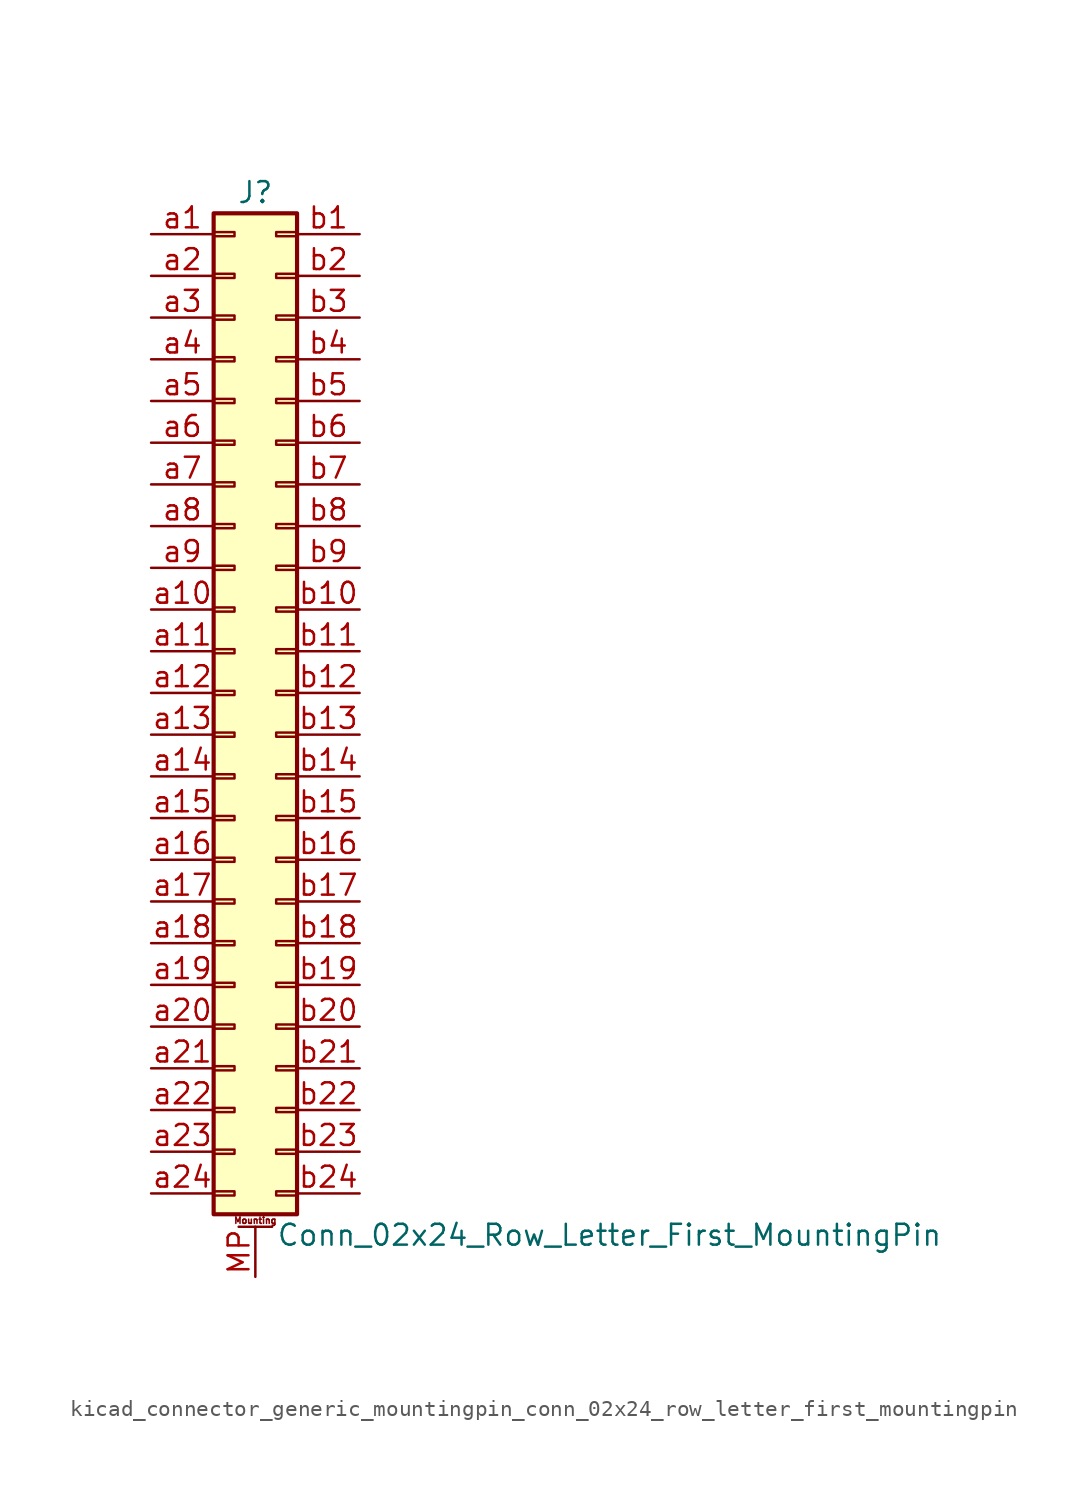
<source format=kicad_sym>
(kicad_symbol_lib
  (version 20220914)
  (generator kicad_symbol_editor)
  (symbol "kicad_connector_generic_mountingpin_conn_02x24_row_letter_first_mountingpin"
    (pin_names
      (offset 1.016) hide)
    (property "Reference" "J"
      (at 1.27 30.48 0)
      (effects (font (size 1.27 1.27))))
    (property "Value" "Conn_02x24_Row_Letter_First_MountingPin"
      (at 2.54 -33.02 0)
      (effects (font (size 1.27 1.27)) (justify left)))
    (symbol "kicad_connector_generic_mountingpin_conn_02x24_row_letter_first_mountingpin_1_1"
      (rectangle (start -1.27 -30.353) (end 0 -30.607) (stroke (width 0.152) (type default)) (fill (type none)))
      (rectangle (start -1.27 -27.813) (end 0 -28.067) (stroke (width 0.152) (type default)) (fill (type none)))
      (rectangle (start -1.27 -25.273) (end 0 -25.527) (stroke (width 0.152) (type default)) (fill (type none)))
      (rectangle (start -1.27 -22.733) (end 0 -22.987) (stroke (width 0.152) (type default)) (fill (type none)))
      (rectangle (start -1.27 -20.193) (end 0 -20.447) (stroke (width 0.152) (type default)) (fill (type none)))
      (rectangle (start -1.27 -17.653) (end 0 -17.907) (stroke (width 0.152) (type default)) (fill (type none)))
      (rectangle (start -1.27 -15.113) (end 0 -15.367) (stroke (width 0.152) (type default)) (fill (type none)))
      (rectangle (start -1.27 -12.573) (end 0 -12.827) (stroke (width 0.152) (type default)) (fill (type none)))
      (rectangle (start -1.27 -10.033) (end 0 -10.287) (stroke (width 0.152) (type default)) (fill (type none)))
      (rectangle (start -1.27 -7.493) (end 0 -7.747) (stroke (width 0.152) (type default)) (fill (type none)))
      (rectangle (start -1.27 -4.953) (end 0 -5.207) (stroke (width 0.152) (type default)) (fill (type none)))
      (rectangle (start -1.27 -2.413) (end 0 -2.667) (stroke (width 0.152) (type default)) (fill (type none)))
      (rectangle (start -1.27 0.127) (end 0 -0.127) (stroke (width 0.152) (type default)) (fill (type none)))
      (rectangle (start -1.27 2.667) (end 0 2.413) (stroke (width 0.152) (type default)) (fill (type none)))
      (rectangle (start -1.27 5.207) (end 0 4.953) (stroke (width 0.152) (type default)) (fill (type none)))
      (rectangle (start -1.27 7.747) (end 0 7.493) (stroke (width 0.152) (type default)) (fill (type none)))
      (rectangle (start -1.27 10.287) (end 0 10.033) (stroke (width 0.152) (type default)) (fill (type none)))
      (rectangle (start -1.27 12.827) (end 0 12.573) (stroke (width 0.152) (type default)) (fill (type none)))
      (rectangle (start -1.27 15.367) (end 0 15.113) (stroke (width 0.152) (type default)) (fill (type none)))
      (rectangle (start -1.27 17.907) (end 0 17.653) (stroke (width 0.152) (type default)) (fill (type none)))
      (rectangle (start -1.27 20.447) (end 0 20.193) (stroke (width 0.152) (type default)) (fill (type none)))
      (rectangle (start -1.27 22.987) (end 0 22.733) (stroke (width 0.152) (type default)) (fill (type none)))
      (rectangle (start -1.27 25.527) (end 0 25.273) (stroke (width 0.152) (type default)) (fill (type none)))
      (rectangle (start -1.27 28.067) (end 0 27.813) (stroke (width 0.152) (type default)) (fill (type none)))
      (rectangle (start -1.27 29.21) (end 3.81 -31.75) (stroke (width 0.254) (type default)) (fill (type background)))
      (polyline (pts (xy 0.254 -32.512) (xy 2.286 -32.512)) (stroke (width 0.152) (type default)) (fill (type none)))
      (rectangle (start 3.81 -30.353) (end 2.54 -30.607) (stroke (width 0.152) (type default)) (fill (type none)))
      (rectangle (start 3.81 -27.813) (end 2.54 -28.067) (stroke (width 0.152) (type default)) (fill (type none)))
      (rectangle (start 3.81 -25.273) (end 2.54 -25.527) (stroke (width 0.152) (type default)) (fill (type none)))
      (rectangle (start 3.81 -22.733) (end 2.54 -22.987) (stroke (width 0.152) (type default)) (fill (type none)))
      (rectangle (start 3.81 -20.193) (end 2.54 -20.447) (stroke (width 0.152) (type default)) (fill (type none)))
      (rectangle (start 3.81 -17.653) (end 2.54 -17.907) (stroke (width 0.152) (type default)) (fill (type none)))
      (rectangle (start 3.81 -15.113) (end 2.54 -15.367) (stroke (width 0.152) (type default)) (fill (type none)))
      (rectangle (start 3.81 -12.573) (end 2.54 -12.827) (stroke (width 0.152) (type default)) (fill (type none)))
      (rectangle (start 3.81 -10.033) (end 2.54 -10.287) (stroke (width 0.152) (type default)) (fill (type none)))
      (rectangle (start 3.81 -7.493) (end 2.54 -7.747) (stroke (width 0.152) (type default)) (fill (type none)))
      (rectangle (start 3.81 -4.953) (end 2.54 -5.207) (stroke (width 0.152) (type default)) (fill (type none)))
      (rectangle (start 3.81 -2.413) (end 2.54 -2.667) (stroke (width 0.152) (type default)) (fill (type none)))
      (rectangle (start 3.81 0.127) (end 2.54 -0.127) (stroke (width 0.152) (type default)) (fill (type none)))
      (rectangle (start 3.81 2.667) (end 2.54 2.413) (stroke (width 0.152) (type default)) (fill (type none)))
      (rectangle (start 3.81 5.207) (end 2.54 4.953) (stroke (width 0.152) (type default)) (fill (type none)))
      (rectangle (start 3.81 7.747) (end 2.54 7.493) (stroke (width 0.152) (type default)) (fill (type none)))
      (rectangle (start 3.81 10.287) (end 2.54 10.033) (stroke (width 0.152) (type default)) (fill (type none)))
      (rectangle (start 3.81 12.827) (end 2.54 12.573) (stroke (width 0.152) (type default)) (fill (type none)))
      (rectangle (start 3.81 15.367) (end 2.54 15.113) (stroke (width 0.152) (type default)) (fill (type none)))
      (rectangle (start 3.81 17.907) (end 2.54 17.653) (stroke (width 0.152) (type default)) (fill (type none)))
      (rectangle (start 3.81 20.447) (end 2.54 20.193) (stroke (width 0.152) (type default)) (fill (type none)))
      (rectangle (start 3.81 22.987) (end 2.54 22.733) (stroke (width 0.152) (type default)) (fill (type none)))
      (rectangle (start 3.81 25.527) (end 2.54 25.273) (stroke (width 0.152) (type default)) (fill (type none)))
      (rectangle (start 3.81 28.067) (end 2.54 27.813) (stroke (width 0.152) (type default)) (fill (type none)))
      (text "Mounting" (at 1.27 -32.131 0) (effects (font (size 0.381 0.381))))
      (pin passive line (at 1.27 -35.56 90) (length 3.048) (name "MountPin" (effects (font (size 1.27 1.27)))) (number "MP" (effects (font (size 1.27 1.27)))))
      (pin passive line (at -5.08 27.94 0) (length 3.81) (name "Pin_a1" (effects (font (size 1.27 1.27)))) (number "a1" (effects (font (size 1.27 1.27)))))
      (pin passive line (at -5.08 5.08 0) (length 3.81) (name "Pin_a10" (effects (font (size 1.27 1.27)))) (number "a10" (effects (font (size 1.27 1.27)))))
      (pin passive line (at -5.08 2.54 0) (length 3.81) (name "Pin_a11" (effects (font (size 1.27 1.27)))) (number "a11" (effects (font (size 1.27 1.27)))))
      (pin passive line (at -5.08 0 0) (length 3.81) (name "Pin_a12" (effects (font (size 1.27 1.27)))) (number "a12" (effects (font (size 1.27 1.27)))))
      (pin passive line (at -5.08 -2.54 0) (length 3.81) (name "Pin_a13" (effects (font (size 1.27 1.27)))) (number "a13" (effects (font (size 1.27 1.27)))))
      (pin passive line (at -5.08 -5.08 0) (length 3.81) (name "Pin_a14" (effects (font (size 1.27 1.27)))) (number "a14" (effects (font (size 1.27 1.27)))))
      (pin passive line (at -5.08 -7.62 0) (length 3.81) (name "Pin_a15" (effects (font (size 1.27 1.27)))) (number "a15" (effects (font (size 1.27 1.27)))))
      (pin passive line (at -5.08 -10.16 0) (length 3.81) (name "Pin_a16" (effects (font (size 1.27 1.27)))) (number "a16" (effects (font (size 1.27 1.27)))))
      (pin passive line (at -5.08 -12.7 0) (length 3.81) (name "Pin_a17" (effects (font (size 1.27 1.27)))) (number "a17" (effects (font (size 1.27 1.27)))))
      (pin passive line (at -5.08 -15.24 0) (length 3.81) (name "Pin_a18" (effects (font (size 1.27 1.27)))) (number "a18" (effects (font (size 1.27 1.27)))))
      (pin passive line (at -5.08 -17.78 0) (length 3.81) (name "Pin_a19" (effects (font (size 1.27 1.27)))) (number "a19" (effects (font (size 1.27 1.27)))))
      (pin passive line (at -5.08 25.4 0) (length 3.81) (name "Pin_a2" (effects (font (size 1.27 1.27)))) (number "a2" (effects (font (size 1.27 1.27)))))
      (pin passive line (at -5.08 -20.32 0) (length 3.81) (name "Pin_a20" (effects (font (size 1.27 1.27)))) (number "a20" (effects (font (size 1.27 1.27)))))
      (pin passive line (at -5.08 -22.86 0) (length 3.81) (name "Pin_a21" (effects (font (size 1.27 1.27)))) (number "a21" (effects (font (size 1.27 1.27)))))
      (pin passive line (at -5.08 -25.4 0) (length 3.81) (name "Pin_a22" (effects (font (size 1.27 1.27)))) (number "a22" (effects (font (size 1.27 1.27)))))
      (pin passive line (at -5.08 -27.94 0) (length 3.81) (name "Pin_a23" (effects (font (size 1.27 1.27)))) (number "a23" (effects (font (size 1.27 1.27)))))
      (pin passive line (at -5.08 -30.48 0) (length 3.81) (name "Pin_a24" (effects (font (size 1.27 1.27)))) (number "a24" (effects (font (size 1.27 1.27)))))
      (pin passive line (at -5.08 22.86 0) (length 3.81) (name "Pin_a3" (effects (font (size 1.27 1.27)))) (number "a3" (effects (font (size 1.27 1.27)))))
      (pin passive line (at -5.08 20.32 0) (length 3.81) (name "Pin_a4" (effects (font (size 1.27 1.27)))) (number "a4" (effects (font (size 1.27 1.27)))))
      (pin passive line (at -5.08 17.78 0) (length 3.81) (name "Pin_a5" (effects (font (size 1.27 1.27)))) (number "a5" (effects (font (size 1.27 1.27)))))
      (pin passive line (at -5.08 15.24 0) (length 3.81) (name "Pin_a6" (effects (font (size 1.27 1.27)))) (number "a6" (effects (font (size 1.27 1.27)))))
      (pin passive line (at -5.08 12.7 0) (length 3.81) (name "Pin_a7" (effects (font (size 1.27 1.27)))) (number "a7" (effects (font (size 1.27 1.27)))))
      (pin passive line (at -5.08 10.16 0) (length 3.81) (name "Pin_a8" (effects (font (size 1.27 1.27)))) (number "a8" (effects (font (size 1.27 1.27)))))
      (pin passive line (at -5.08 7.62 0) (length 3.81) (name "Pin_a9" (effects (font (size 1.27 1.27)))) (number "a9" (effects (font (size 1.27 1.27)))))
      (pin passive line (at 7.62 27.94 180) (length 3.81) (name "Pin_b1" (effects (font (size 1.27 1.27)))) (number "b1" (effects (font (size 1.27 1.27)))))
      (pin passive line (at 7.62 5.08 180) (length 3.81) (name "Pin_b10" (effects (font (size 1.27 1.27)))) (number "b10" (effects (font (size 1.27 1.27)))))
      (pin passive line (at 7.62 2.54 180) (length 3.81) (name "Pin_b11" (effects (font (size 1.27 1.27)))) (number "b11" (effects (font (size 1.27 1.27)))))
      (pin passive line (at 7.62 0 180) (length 3.81) (name "Pin_b12" (effects (font (size 1.27 1.27)))) (number "b12" (effects (font (size 1.27 1.27)))))
      (pin passive line (at 7.62 -2.54 180) (length 3.81) (name "Pin_b13" (effects (font (size 1.27 1.27)))) (number "b13" (effects (font (size 1.27 1.27)))))
      (pin passive line (at 7.62 -5.08 180) (length 3.81) (name "Pin_b14" (effects (font (size 1.27 1.27)))) (number "b14" (effects (font (size 1.27 1.27)))))
      (pin passive line (at 7.62 -7.62 180) (length 3.81) (name "Pin_b15" (effects (font (size 1.27 1.27)))) (number "b15" (effects (font (size 1.27 1.27)))))
      (pin passive line (at 7.62 -10.16 180) (length 3.81) (name "Pin_b16" (effects (font (size 1.27 1.27)))) (number "b16" (effects (font (size 1.27 1.27)))))
      (pin passive line (at 7.62 -12.7 180) (length 3.81) (name "Pin_b17" (effects (font (size 1.27 1.27)))) (number "b17" (effects (font (size 1.27 1.27)))))
      (pin passive line (at 7.62 -15.24 180) (length 3.81) (name "Pin_b18" (effects (font (size 1.27 1.27)))) (number "b18" (effects (font (size 1.27 1.27)))))
      (pin passive line (at 7.62 -17.78 180) (length 3.81) (name "Pin_b19" (effects (font (size 1.27 1.27)))) (number "b19" (effects (font (size 1.27 1.27)))))
      (pin passive line (at 7.62 25.4 180) (length 3.81) (name "Pin_b2" (effects (font (size 1.27 1.27)))) (number "b2" (effects (font (size 1.27 1.27)))))
      (pin passive line (at 7.62 -20.32 180) (length 3.81) (name "Pin_b20" (effects (font (size 1.27 1.27)))) (number "b20" (effects (font (size 1.27 1.27)))))
      (pin passive line (at 7.62 -22.86 180) (length 3.81) (name "Pin_b21" (effects (font (size 1.27 1.27)))) (number "b21" (effects (font (size 1.27 1.27)))))
      (pin passive line (at 7.62 -25.4 180) (length 3.81) (name "Pin_b22" (effects (font (size 1.27 1.27)))) (number "b22" (effects (font (size 1.27 1.27)))))
      (pin passive line (at 7.62 -27.94 180) (length 3.81) (name "Pin_b23" (effects (font (size 1.27 1.27)))) (number "b23" (effects (font (size 1.27 1.27)))))
      (pin passive line (at 7.62 -30.48 180) (length 3.81) (name "Pin_b24" (effects (font (size 1.27 1.27)))) (number "b24" (effects (font (size 1.27 1.27)))))
      (pin passive line (at 7.62 22.86 180) (length 3.81) (name "Pin_b3" (effects (font (size 1.27 1.27)))) (number "b3" (effects (font (size 1.27 1.27)))))
      (pin passive line (at 7.62 20.32 180) (length 3.81) (name "Pin_b4" (effects (font (size 1.27 1.27)))) (number "b4" (effects (font (size 1.27 1.27)))))
      (pin passive line (at 7.62 17.78 180) (length 3.81) (name "Pin_b5" (effects (font (size 1.27 1.27)))) (number "b5" (effects (font (size 1.27 1.27)))))
      (pin passive line (at 7.62 15.24 180) (length 3.81) (name "Pin_b6" (effects (font (size 1.27 1.27)))) (number "b6" (effects (font (size 1.27 1.27)))))
      (pin passive line (at 7.62 12.7 180) (length 3.81) (name "Pin_b7" (effects (font (size 1.27 1.27)))) (number "b7" (effects (font (size 1.27 1.27)))))
      (pin passive line (at 7.62 10.16 180) (length 3.81) (name "Pin_b8" (effects (font (size 1.27 1.27)))) (number "b8" (effects (font (size 1.27 1.27)))))
      (pin passive line (at 7.62 7.62 180) (length 3.81) (name "Pin_b9" (effects (font (size 1.27 1.27)))) (number "b9" (effects (font (size 1.27 1.27))))))))
</source>
